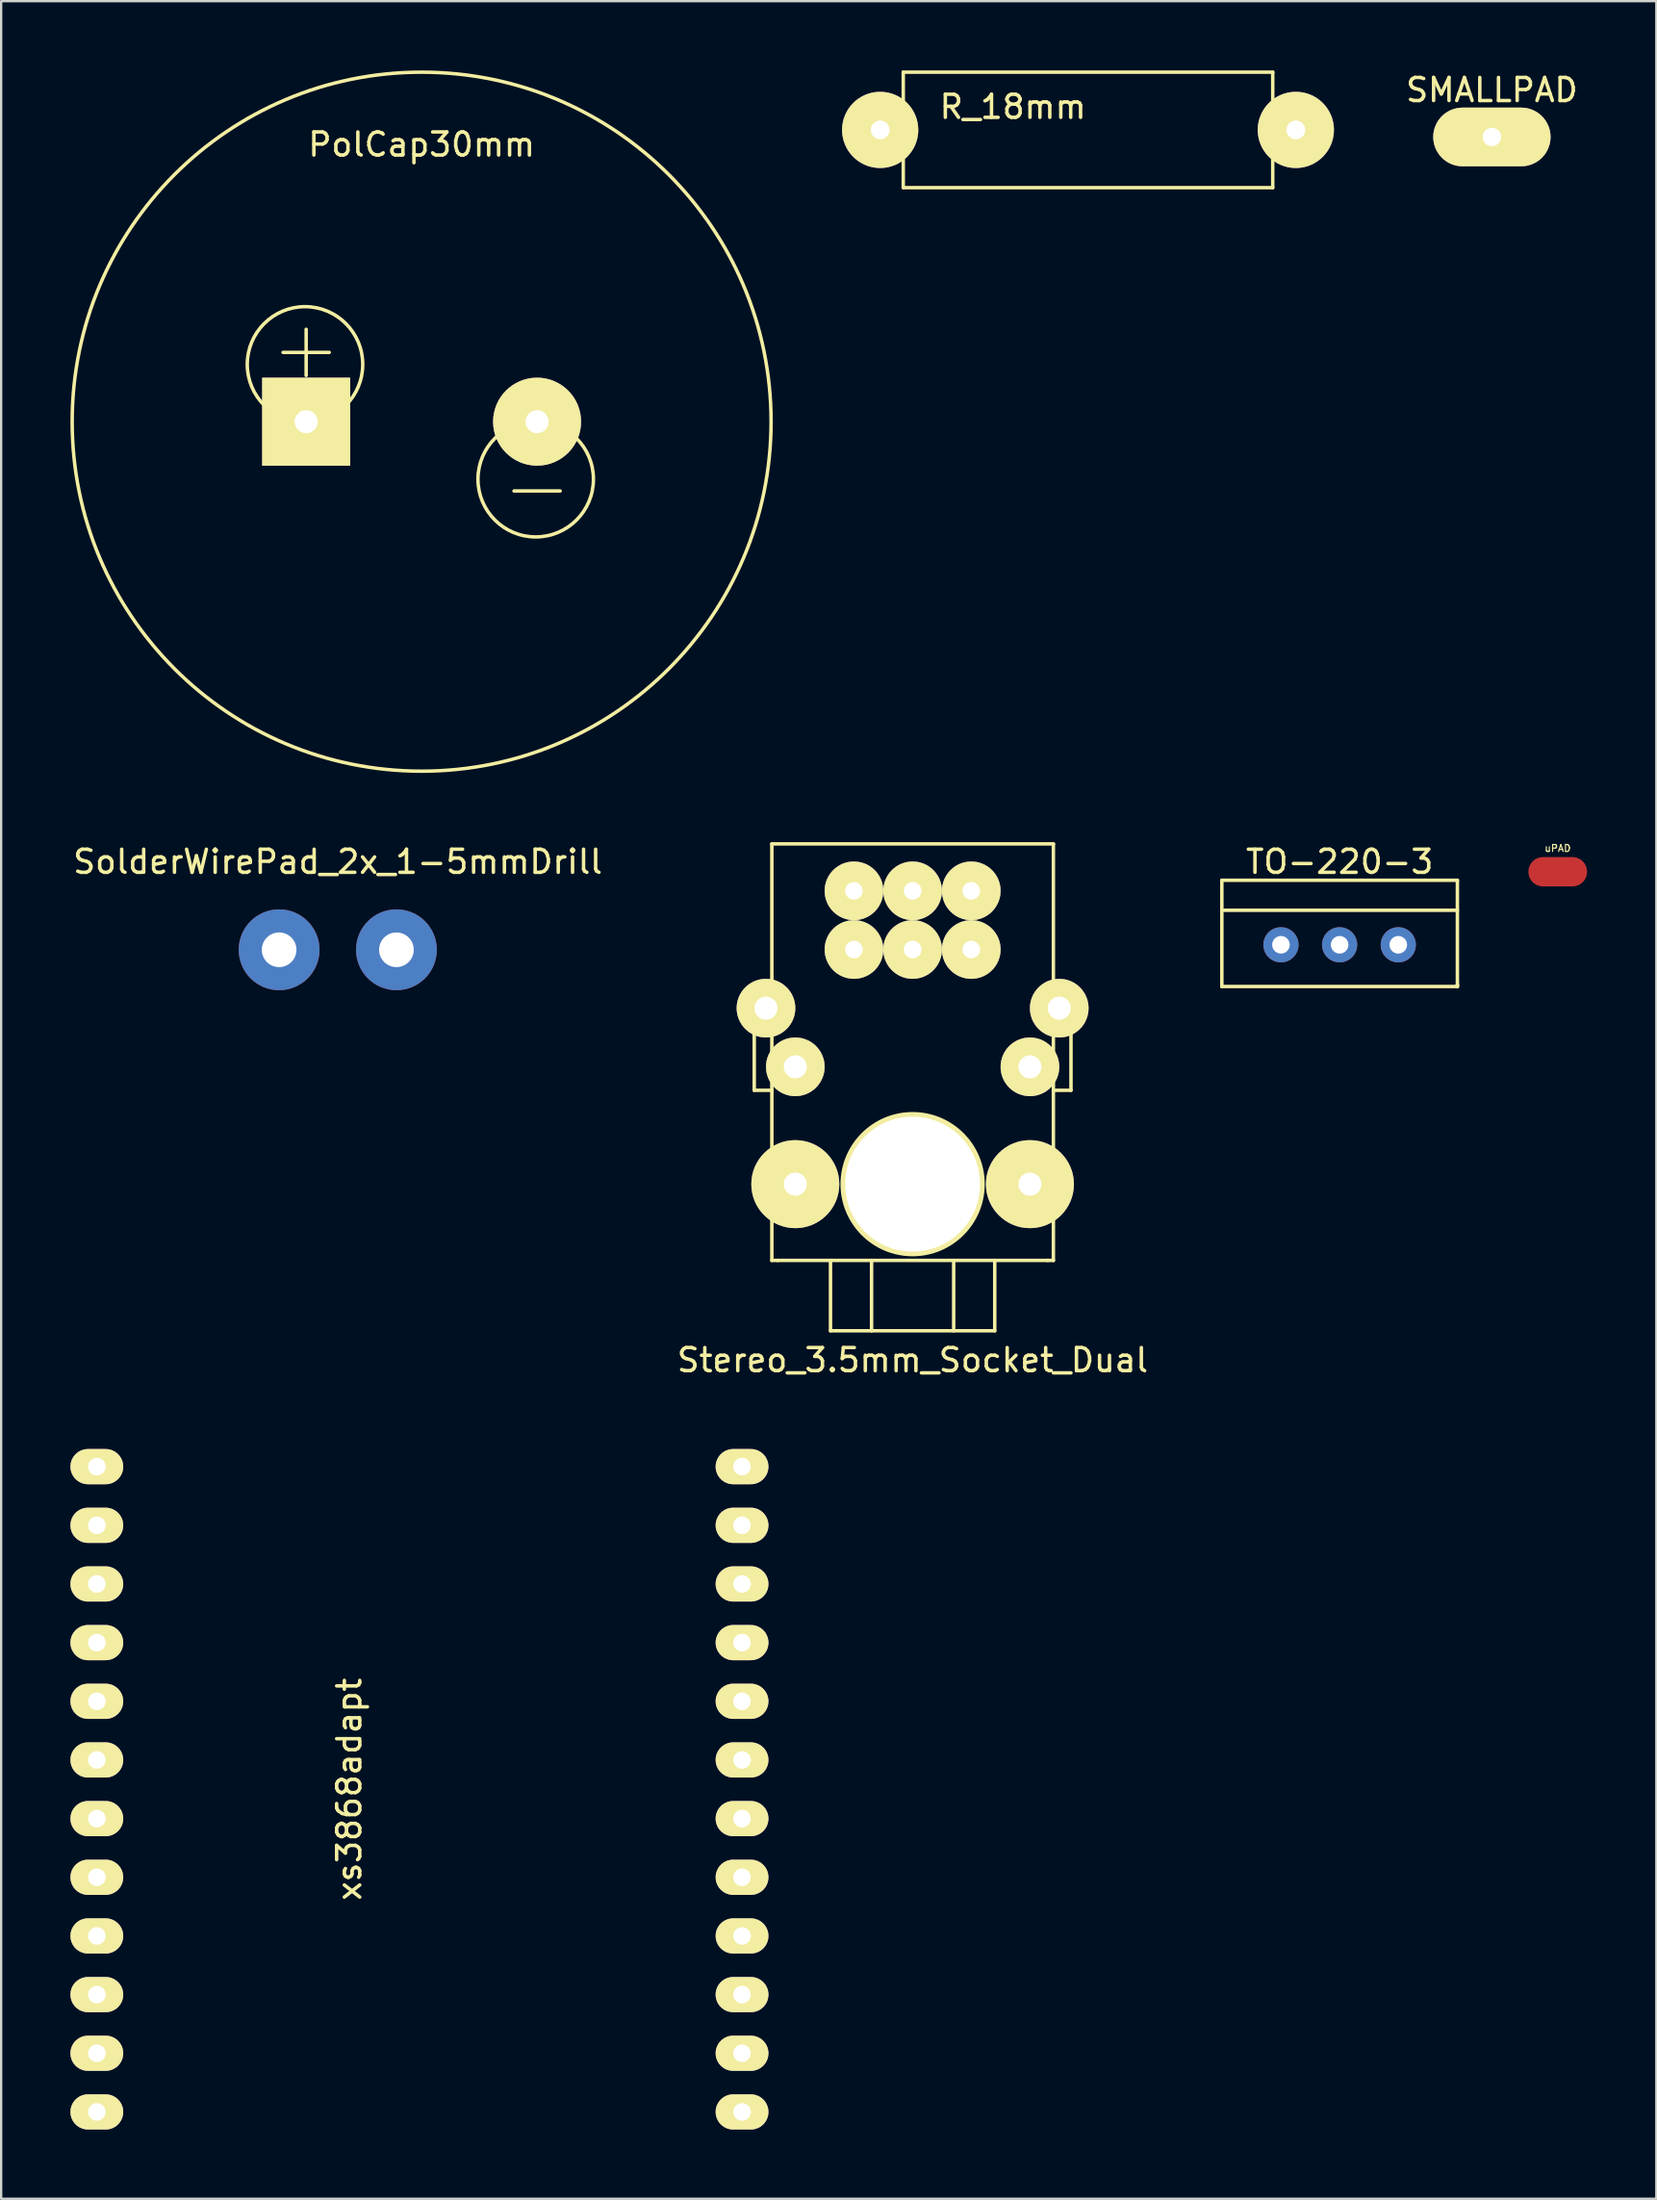
<source format=kicad_pcb>
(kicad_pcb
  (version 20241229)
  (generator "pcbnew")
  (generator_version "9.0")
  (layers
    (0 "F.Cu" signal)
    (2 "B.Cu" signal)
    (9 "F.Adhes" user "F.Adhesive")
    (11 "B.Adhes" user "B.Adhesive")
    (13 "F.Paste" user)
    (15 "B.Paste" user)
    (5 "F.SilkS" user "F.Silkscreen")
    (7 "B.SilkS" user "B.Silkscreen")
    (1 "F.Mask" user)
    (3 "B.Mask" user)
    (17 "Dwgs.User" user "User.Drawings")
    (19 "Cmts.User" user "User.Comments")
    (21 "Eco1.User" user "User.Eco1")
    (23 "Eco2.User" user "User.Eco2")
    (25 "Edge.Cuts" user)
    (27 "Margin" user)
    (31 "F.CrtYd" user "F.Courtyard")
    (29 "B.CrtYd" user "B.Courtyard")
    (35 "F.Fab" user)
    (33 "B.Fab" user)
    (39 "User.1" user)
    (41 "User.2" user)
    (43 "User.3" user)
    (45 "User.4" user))
  (footprint "TO-220-3"
    (layer "F.Cu")
    (at 54.961 35.064)
    (property "Reference" "TO-220-3" (at 0 -0.8 0) (layer "F.SilkS") (effects (font (size 1 1) (thickness 0.15))))
    (attr through_hole)
    (fp_line (start -5.1 0) (end -5.1 4.6) (stroke (width 0.15) (type solid)) (layer "F.SilkS"))
    (fp_line (start -5.1 0) (end 5.1 0) (stroke (width 0.15) (type solid)) (layer "F.SilkS"))
    (fp_line (start -5.1 1.3) (end 5.1 1.3) (stroke (width 0.15) (type solid)) (layer "F.SilkS"))
    (fp_line (start -5.1 4.6) (end 5.1 4.6) (stroke (width 0.15) (type solid)) (layer "F.SilkS"))
    (fp_line (start 5.1 0) (end 5.1 4.6) (stroke (width 0.15) (type solid)) (layer "F.SilkS"))
    (fp_line (start 5.1 4.5) (end 5.1 4.6) (stroke (width 0.15) (type solid)) (layer "F.SilkS"))
    (pad "1" thru_hole circle (at -2.54 2.794) (size 1.524 1.524) (drill 0.762) (layers "*.Cu" "*.Mask"))
    (pad "2" thru_hole circle (at 0 2.794) (size 1.524 1.524) (drill 0.762) (layers "*.Cu" "*.Mask"))
    (pad "3" thru_hole circle (at 2.54 2.794) (size 1.524 1.524) (drill 0.762) (layers "*.Cu" "*.Mask")))
  (footprint "R_18mm"
    (layer "F.Cu")
    (at 44.065 2.575)
    (property "Reference" "R_18mm" (at -3.25 -1 0) (layer "F.SilkS") (effects (font (size 1 1) (thickness 0.15))))
    (attr through_hole)
    (fp_line (start -9 0) (end -8 0) (stroke (width 0.15) (type solid)) (layer "F.SilkS"))
    (fp_line (start -8 -2.5) (end 8 -2.5) (stroke (width 0.15) (type solid)) (layer "F.SilkS"))
    (fp_line (start -8 2.5) (end -8 -2.5) (stroke (width 0.15) (type solid)) (layer "F.SilkS"))
    (fp_line (start 8 -2.5) (end 8 2.5) (stroke (width 0.15) (type solid)) (layer "F.SilkS"))
    (fp_line (start 8 0) (end 9 0) (stroke (width 0.15) (type solid)) (layer "F.SilkS"))
    (fp_line (start 8 2.5) (end -8 2.5) (stroke (width 0.15) (type solid)) (layer "F.SilkS"))
    (pad "1" thru_hole circle (at -9 0) (size 3.3 3.3) (drill 0.813) (layers "*.Cu" "*.Mask" "F.SilkS"))
    (pad "2" thru_hole circle (at 9 0) (size 3.3 3.3) (drill 0.813) (layers "*.Cu" "*.Mask" "F.SilkS")))
  (footprint "Stereo_3.5mm_Socket_Dual"
    (layer "F.Cu")
    (at 36.47 48.222)
    (property "Reference" "Stereo_3.5mm_Socket_Dual" (at 0 7.62 0) (layer "F.SilkS") (effects (font (size 1 1) (thickness 0.15))))
    (attr through_hole)
    (fp_line (start -6.858 -7.62) (end -6.096 -7.62) (stroke (width 0.15) (type solid)) (layer "F.SilkS"))
    (fp_line (start -6.858 -4.064) (end -6.858 -7.62) (stroke (width 0.15) (type solid)) (layer "F.SilkS"))
    (fp_line (start -6.096 -14.732) (end -6.096 3.302) (stroke (width 0.15) (type solid)) (layer "F.SilkS"))
    (fp_line (start -6.096 -4.064) (end -6.858 -4.064) (stroke (width 0.15) (type solid)) (layer "F.SilkS"))
    (fp_line (start -5.842 3.302) (end -6.096 3.302) (stroke (width 0.15) (type solid)) (layer "F.SilkS"))
    (fp_line (start -3.556 6.35) (end -3.556 3.302) (stroke (width 0.15) (type solid)) (layer "F.SilkS"))
    (fp_line (start -3.556 6.35) (end 3.556 6.35) (stroke (width 0.15) (type solid)) (layer "F.SilkS"))
    (fp_line (start -1.778 3.302) (end -1.778 6.35) (stroke (width 0.15) (type solid)) (layer "F.SilkS"))
    (fp_line (start 1.778 3.302) (end 1.778 6.35) (stroke (width 0.15) (type solid)) (layer "F.SilkS"))
    (fp_line (start 3.556 6.35) (end 3.556 3.302) (stroke (width 0.15) (type solid)) (layer "F.SilkS"))
    (fp_line (start 5.842 3.302) (end -5.842 3.302) (stroke (width 0.15) (type solid)) (layer "F.SilkS"))
    (fp_line (start 5.842 3.302) (end 6.096 3.302) (stroke (width 0.15) (type solid)) (layer "F.SilkS"))
    (fp_line (start 6.096 -14.732) (end -6.096 -14.732) (stroke (width 0.15) (type solid)) (layer "F.SilkS"))
    (fp_line (start 6.096 -4.064) (end 6.858 -4.064) (stroke (width 0.15) (type solid)) (layer "F.SilkS"))
    (fp_line (start 6.096 3.302) (end 6.096 -14.732) (stroke (width 0.15) (type solid)) (layer "F.SilkS"))
    (fp_line (start 6.858 -7.62) (end 6.096 -7.62) (stroke (width 0.15) (type solid)) (layer "F.SilkS"))
    (fp_line (start 6.858 -4.064) (end 6.858 -7.62) (stroke (width 0.15) (type solid)) (layer "F.SilkS"))
    (fp_circle (center 0 0) (end 3.048 0) (stroke (width 0.15) (type solid)) (fill no) (layer "F.SilkS"))
    (pad "11" thru_hole circle (at 5.08 0) (size 3.81 3.81) (drill 1) (layers "*.Cu" "*.Mask" "F.SilkS"))
    (pad "12" thru_hole circle (at 6.35 -7.62) (size 2.54 2.54) (drill 1) (layers "*.Cu" "*.Mask" "F.SilkS"))
    (pad "13" thru_hole circle (at -6.35 -7.62) (size 2.54 2.54) (drill 1) (layers "*.Cu" "*.Mask" "F.SilkS"))
    (pad "21" thru_hole circle (at -5.08 0) (size 3.81 3.81) (drill 1) (layers "*.Cu" "*.Mask" "F.SilkS"))
    (pad "22" thru_hole circle (at -5.08 -5.08) (size 2.54 2.54) (drill 1) (layers "*.Cu" "*.Mask" "F.SilkS"))
    (pad "23" thru_hole circle (at 5.08 -5.08) (size 2.54 2.54) (drill 1) (layers "*.Cu" "*.Mask" "F.SilkS"))
    (pad "~" thru_hole circle (at -2.54 -12.7) (size 2.54 2.54) (drill 0.762) (layers "*.Cu" "*.Mask" "F.SilkS"))
    (pad "~" thru_hole circle (at -2.54 -10.16) (size 2.54 2.54) (drill 0.762) (layers "*.Cu" "*.Mask" "F.SilkS"))
    (pad "~" thru_hole circle (at 0 -12.7) (size 2.54 2.54) (drill 0.762) (layers "*.Cu" "*.Mask" "F.SilkS"))
    (pad "~" thru_hole circle (at 0 -10.16) (size 2.54 2.54) (drill 0.762) (layers "*.Cu" "*.Mask" "F.SilkS"))
    (pad "~" thru_hole circle (at 0 0) (size 6.096 6.096) (drill 5.84) (layers "*.Cu" "*.Mask" "F.SilkS"))
    (pad "~" thru_hole circle (at 2.54 -12.7) (size 2.54 2.54) (drill 0.762) (layers "*.Cu" "*.Mask" "F.SilkS"))
    (pad "~" thru_hole circle (at 2.54 -10.16) (size 2.54 2.54) (drill 0.762) (layers "*.Cu" "*.Mask" "F.SilkS")))
  (footprint "SMALLPAD"
    (layer "F.Cu")
    (at 61.555 2.88)
    (property "Reference" "SMALLPAD" (at 0 -2.032 0) (layer "F.SilkS") (effects (font (size 1 1) (thickness 0.15))))
    (attr through_hole)
    (pad "1" thru_hole oval (at 0 0) (size 5.08 2.54) (drill 0.8) (layers "*.Cu" "*.Mask" "F.SilkS")))
  (footprint "PolCap30mm"
    (layer "F.Cu")
    (at 15.208 15.208)
    (property "Reference" "PolCap30mm" (at 0 -12 0) (layer "F.SilkS") (effects (font (size 1 1) (thickness 0.15))))
    (attr through_hole)
    (fp_line (start -6 -3) (end -4 -3) (stroke (width 0.15) (type solid)) (layer "F.SilkS"))
    (fp_line (start -5 -4) (end -5 -2) (stroke (width 0.15) (type solid)) (layer "F.SilkS"))
    (fp_line (start 4 3) (end 6 3) (stroke (width 0.15) (type solid)) (layer "F.SilkS"))
    (fp_circle (center -5.05 -2.48) (end -2.55 -2.48) (stroke (width 0.15) (type solid)) (fill no) (layer "F.SilkS"))
    (fp_circle (center 0 0) (end 15 -2) (stroke (width 0.15) (type solid)) (fill no) (layer "F.SilkS"))
    (fp_circle (center 4.94 2.49) (end 2.44 2.49) (stroke (width 0.15) (type solid)) (fill no) (layer "F.SilkS"))
    (pad "1" thru_hole rect (at -5 0) (size 3.81 3.81) (drill 1) (layers "*.Cu" "*.Mask" "F.SilkS"))
    (pad "2" thru_hole circle (at 5 0) (size 3.81 3.81) (drill 1) (layers "*.Cu" "*.Mask" "F.SilkS")))
  (footprint "xs3868adapt"
    (layer "F.Cu")
    (at 15.113 74.423)
    (property "Reference" "xs3868adapt" (at -3.04 0 270) (layer "F.SilkS") (effects (font (size 1 1) (thickness 0.15))))
    (attr through_hole)
    (pad "1" thru_hole oval (at -13.97 -13.97 270) (size 1.524 2.286) (drill 0.762) (layers "*.Cu" "*.Mask" "F.SilkS"))
    (pad "2" thru_hole oval (at -13.97 -11.43 270) (size 1.524 2.286) (drill 0.762) (layers "*.Cu" "*.Mask" "F.SilkS"))
    (pad "3" thru_hole oval (at -13.97 -8.89 270) (size 1.524 2.286) (drill 0.762) (layers "*.Cu" "*.Mask" "F.SilkS"))
    (pad "4" thru_hole oval (at -13.97 -6.35 270) (size 1.524 2.286) (drill 0.762) (layers "*.Cu" "*.Mask" "F.SilkS"))
    (pad "5" thru_hole oval (at -13.97 -3.81 270) (size 1.524 2.286) (drill 0.762) (layers "*.Cu" "*.Mask" "F.SilkS"))
    (pad "6" thru_hole oval (at -13.97 -1.27 270) (size 1.524 2.286) (drill 0.762) (layers "*.Cu" "*.Mask" "F.SilkS"))
    (pad "7" thru_hole oval (at -13.97 1.27 270) (size 1.524 2.286) (drill 0.762) (layers "*.Cu" "*.Mask" "F.SilkS"))
    (pad "8" thru_hole oval (at -13.97 3.81 270) (size 1.524 2.286) (drill 0.762) (layers "*.Cu" "*.Mask" "F.SilkS"))
    (pad "9" thru_hole oval (at -13.97 6.35 270) (size 1.524 2.286) (drill 0.762) (layers "*.Cu" "*.Mask" "F.SilkS"))
    (pad "10" thru_hole oval (at -13.97 8.89 270) (size 1.524 2.286) (drill 0.762) (layers "*.Cu" "*.Mask" "F.SilkS"))
    (pad "11" thru_hole oval (at -13.97 11.43 270) (size 1.524 2.286) (drill 0.762) (layers "*.Cu" "*.Mask" "F.SilkS"))
    (pad "12" thru_hole oval (at -13.97 13.97 270) (size 1.524 2.286) (drill 0.762) (layers "*.Cu" "*.Mask" "F.SilkS"))
    (pad "13" thru_hole oval (at 13.97 13.97 270) (size 1.524 2.286) (drill 0.762) (layers "*.Cu" "*.Mask" "F.SilkS"))
    (pad "14" thru_hole oval (at 13.97 11.43 270) (size 1.524 2.286) (drill 0.762) (layers "*.Cu" "*.Mask" "F.SilkS"))
    (pad "15" thru_hole oval (at 13.97 8.89 270) (size 1.524 2.286) (drill 0.762) (layers "*.Cu" "*.Mask" "F.SilkS"))
    (pad "16" thru_hole oval (at 13.97 6.35 270) (size 1.524 2.286) (drill 0.762) (layers "*.Cu" "*.Mask" "F.SilkS"))
    (pad "17" thru_hole oval (at 13.97 3.81 270) (size 1.524 2.286) (drill 0.762) (layers "*.Cu" "*.Mask" "F.SilkS"))
    (pad "18" thru_hole oval (at 13.97 1.27 270) (size 1.524 2.286) (drill 0.762) (layers "*.Cu" "*.Mask" "F.SilkS"))
    (pad "19" thru_hole oval (at 13.97 -1.27 270) (size 1.524 2.286) (drill 0.762) (layers "*.Cu" "*.Mask" "F.SilkS"))
    (pad "20" thru_hole oval (at 13.97 -3.81 270) (size 1.524 2.286) (drill 0.762) (layers "*.Cu" "*.Mask" "F.SilkS"))
    (pad "21" thru_hole oval (at 13.97 -6.35 270) (size 1.524 2.286) (drill 0.762) (layers "*.Cu" "*.Mask" "F.SilkS"))
    (pad "22" thru_hole oval (at 13.97 -8.89 270) (size 1.524 2.286) (drill 0.762) (layers "*.Cu" "*.Mask" "F.SilkS"))
    (pad "23" thru_hole oval (at 13.97 -11.43 270) (size 1.524 2.286) (drill 0.762) (layers "*.Cu" "*.Mask" "F.SilkS"))
    (pad "24" thru_hole oval (at 13.97 -13.97 270) (size 1.524 2.286) (drill 0.762) (layers "*.Cu" "*.Mask" "F.SilkS")))
  (footprint "uPAD"
    (layer "F.Cu")
    (at 64.406 34.695)
    (property "Reference" "uPAD" (at 0 -1.016 0) (layer "F.SilkS") (effects (font (size 0.3 0.3) (thickness 0.05))))
    (attr through_hole)
    (pad "1" smd oval (at 0 0) (size 2.54 1.27) (layers "F.Cu" "F.Mask" "F.Paste")))
  (footprint "SolderWirePad_2x_1-5mmDrill"
    (layer "F.Cu")
    (at 11.577 38.074)
    (property "Reference" "SolderWirePad_2x_1-5mmDrill" (at 0 -3.81 0) (layer "F.SilkS") (effects (font (size 1 1) (thickness 0.15))))
    (attr through_hole)
    (pad "1" thru_hole circle (at -2.54 0) (size 3.5 3.5) (drill 1.501) (layers "*.Cu" "*.Mask"))
    (pad "2" thru_hole circle (at 2.54 0) (size 3.5 3.5) (drill 1.501) (layers "*.Cu" "*.Mask")))
  (gr_rect
    (start -3 -3)
    (end 68.676 92.155)
    (stroke (width 0.1) (type default))
    (fill no)
    (layer "Edge.Cuts")))
</source>
